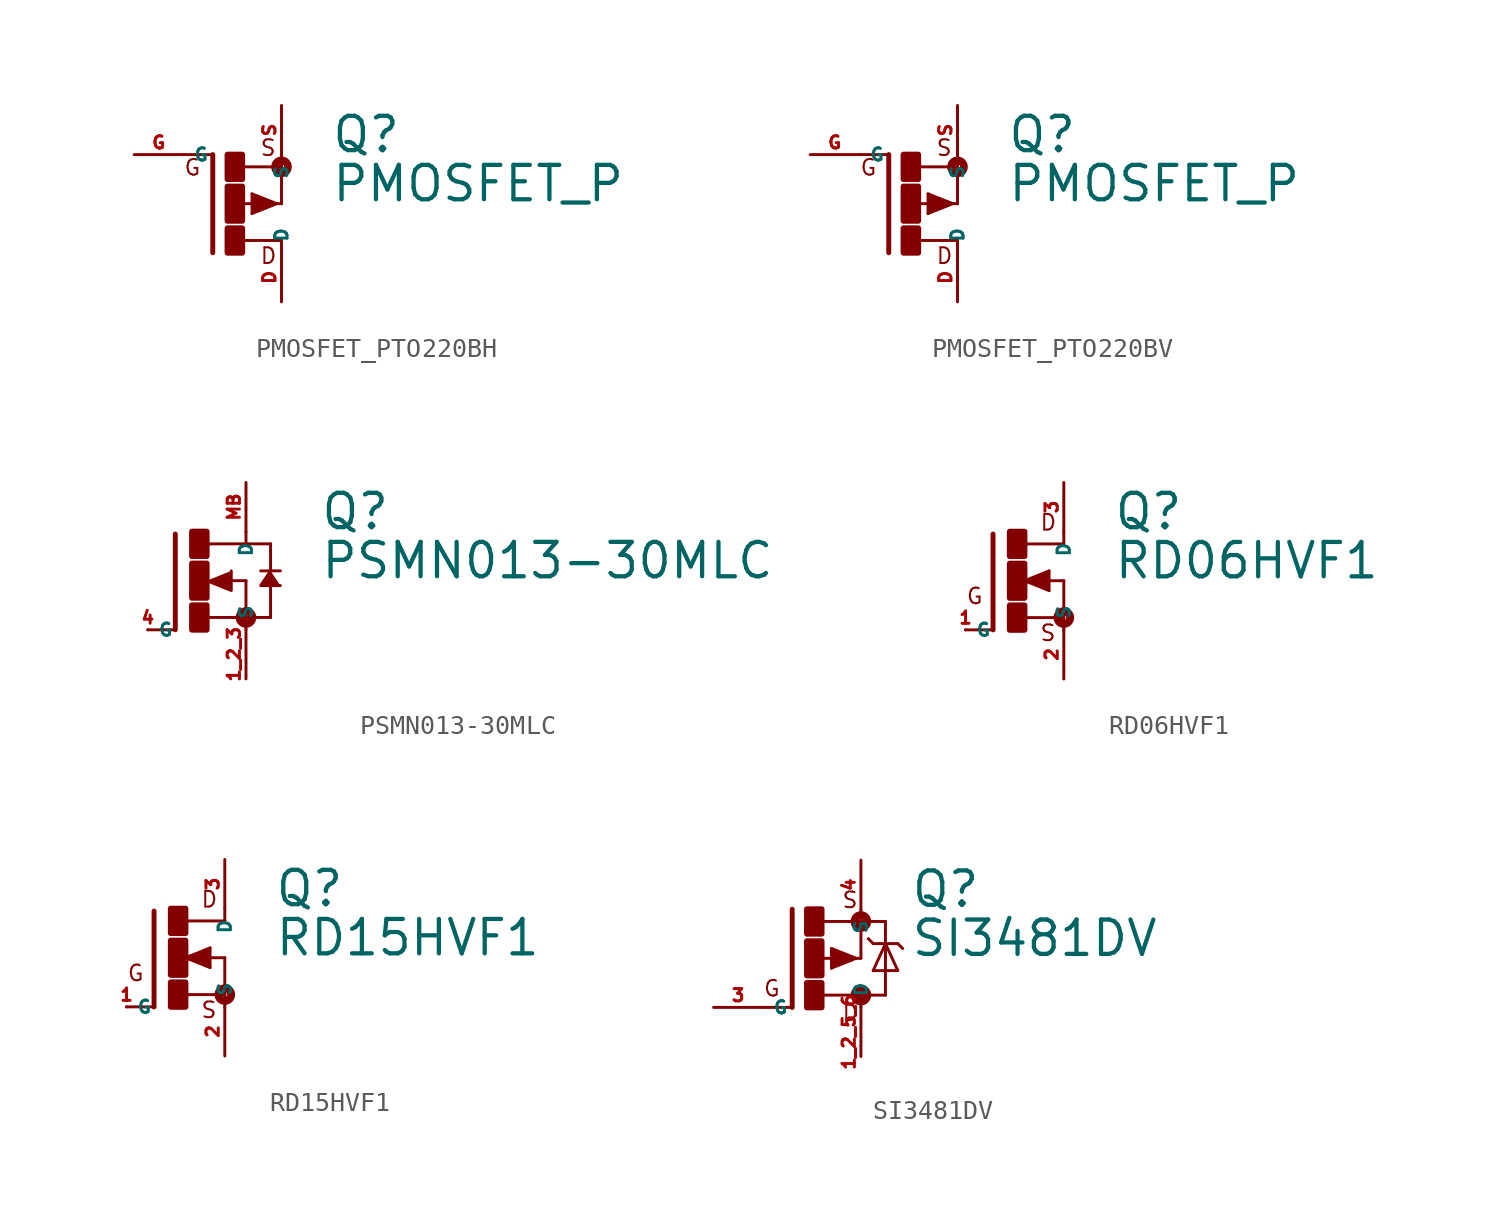
<source format=kicad_sym>
(kicad_symbol_lib
  (version 20220914)
  (generator Eagle2Kicad)
  (symbol "PMOSFET_PTO220BH"
    (property "Reference" "Q"
      (at 5.08 2.54 0)
      (effects (font (size 1.778 1.778) (thickness 0.22)) (justify left bottom)))
    (property "Value" "PMOSFET_P"
      (at 5.08 0 0)
      (effects (font (size 1.778 1.778) (thickness 0.22)) (justify left bottom)))
    (polyline
      (pts (xy -1.016 2.54) (xy -1.016 -2.54))
      (stroke (width 0.254) (type default))
      (fill (type none)))
    (polyline
      (pts (xy 2.54 -1.905) (xy 0.533 -1.905))
      (stroke (width 0.152) (type default))
      (fill (type none)))
    (polyline
      (pts (xy 2.54 -2.54) (xy 2.54 -1.905))
      (stroke (width 0.152) (type default))
      (fill (type none)))
    (polyline
      (pts (xy 2.235 0) (xy 2.286 0))
      (stroke (width 0.152) (type default))
      (fill (type none)))
    (polyline
      (pts (xy 2.286 0) (xy 2.54 0))
      (stroke (width 0.152) (type default))
      (fill (type none)))
    (polyline
      (pts (xy 2.54 2.54) (xy 2.54 1.905))
      (stroke (width 0.152) (type default))
      (fill (type none)))
    (polyline
      (pts (xy 2.54 1.905) (xy 0.508 1.905))
      (stroke (width 0.152) (type default))
      (fill (type none)))
    (polyline
      (pts (xy -1.016 2.54) (xy -2.54 2.54))
      (stroke (width 0.152) (type default))
      (fill (type none)))
    (polyline
      (pts (xy 2.286 0) (xy 1.016 -0.508))
      (stroke (width 0.152) (type default))
      (fill (type none)))
    (polyline
      (pts (xy 1.016 -0.508) (xy 1.016 0.508))
      (stroke (width 0.152) (type default))
      (fill (type none)))
    (polyline
      (pts (xy 1.016 0.508) (xy 2.286 0))
      (stroke (width 0.152) (type default))
      (fill (type none)))
    (polyline
      (pts (xy 1.143 0) (xy 0.254 0))
      (stroke (width 0.152) (type default))
      (fill (type none)))
    (polyline
      (pts (xy 1.143 0.254) (xy 2.032 0))
      (stroke (width 0.305) (type default))
      (fill (type none)))
    (polyline
      (pts (xy 2.032 0) (xy 1.143 -0.254))
      (stroke (width 0.305) (type default))
      (fill (type none)))
    (polyline
      (pts (xy 1.143 -0.254) (xy 1.143 0))
      (stroke (width 0.305) (type default))
      (fill (type none)))
    (polyline
      (pts (xy 1.143 0) (xy 1.397 0))
      (stroke (width 0.305) (type default))
      (fill (type none)))
    (polyline
      (pts (xy 2.54 0) (xy 2.54 1.905))
      (stroke (width 0.152) (type default))
      (fill (type none)))
    (text "D"
      (at 1.397 -3.175 0)
      (effects (font (size 0.813 0.813) (thickness 0.10)) (justify left bottom)))
    (text "S"
      (at 1.397 2.413 0)
      (effects (font (size 0.813 0.813) (thickness 0.10)) (justify left bottom)))
    (text "G"
      (at -2.54 1.397 0)
      (effects (font (size 0.813 0.813) (thickness 0.10)) (justify left bottom)))
    (circle
      (center 2.54 1.905)
      (radius 0.127)
      (stroke (width 0.406) (type default))
      (fill (type none)))
    (rectangle
      (start -0.254 1.27)
      (end 0.508 2.54)
      (stroke (width 0.3) (type default))
      (fill (type outline)))
    (rectangle
      (start -0.254 -2.54)
      (end 0.508 -1.27)
      (stroke (width 0.3) (type default))
      (fill (type outline)))
    (rectangle
      (start -0.254 -0.889)
      (end 0.508 0.889)
      (stroke (width 0.3) (type default))
      (fill (type outline)))
    (pin passive line
      (at -5.08 2.54 0)
      (length 2.54)
      (name "G" (effects (font (size 0.635 0.635) (thickness 0.08)) (justify left bottom)))
      (number "G" (effects (font (size 0.635 0.635) (thickness 0.08)) (justify left bottom))))
    (pin passive line
      (at 2.54 -5.08 90)
      (length 2.54)
      (name "D" (effects (font (size 0.635 0.635) (thickness 0.08)) (justify left bottom)))
      (number "D" (effects (font (size 0.635 0.635) (thickness 0.08)) (justify left bottom))))
    (pin passive line
      (at 2.54 5.08 270)
      (length 2.54)
      (name "S" (effects (font (size 0.635 0.635) (thickness 0.08)) (justify left bottom)))
      (number "S" (effects (font (size 0.635 0.635) (thickness 0.08)) (justify left bottom)))))
  (symbol "PMOSFET_PTO220BV"
    (property "Reference" "Q"
      (at 5.08 2.54 0)
      (effects (font (size 1.778 1.778) (thickness 0.22)) (justify left bottom)))
    (property "Value" "PMOSFET_P"
      (at 5.08 0 0)
      (effects (font (size 1.778 1.778) (thickness 0.22)) (justify left bottom)))
    (polyline
      (pts (xy -1.016 2.54) (xy -1.016 -2.54))
      (stroke (width 0.254) (type default))
      (fill (type none)))
    (polyline
      (pts (xy 2.54 -1.905) (xy 0.533 -1.905))
      (stroke (width 0.152) (type default))
      (fill (type none)))
    (polyline
      (pts (xy 2.54 -2.54) (xy 2.54 -1.905))
      (stroke (width 0.152) (type default))
      (fill (type none)))
    (polyline
      (pts (xy 2.235 0) (xy 2.286 0))
      (stroke (width 0.152) (type default))
      (fill (type none)))
    (polyline
      (pts (xy 2.286 0) (xy 2.54 0))
      (stroke (width 0.152) (type default))
      (fill (type none)))
    (polyline
      (pts (xy 2.54 2.54) (xy 2.54 1.905))
      (stroke (width 0.152) (type default))
      (fill (type none)))
    (polyline
      (pts (xy 2.54 1.905) (xy 0.508 1.905))
      (stroke (width 0.152) (type default))
      (fill (type none)))
    (polyline
      (pts (xy -1.016 2.54) (xy -2.54 2.54))
      (stroke (width 0.152) (type default))
      (fill (type none)))
    (polyline
      (pts (xy 2.286 0) (xy 1.016 -0.508))
      (stroke (width 0.152) (type default))
      (fill (type none)))
    (polyline
      (pts (xy 1.016 -0.508) (xy 1.016 0.508))
      (stroke (width 0.152) (type default))
      (fill (type none)))
    (polyline
      (pts (xy 1.016 0.508) (xy 2.286 0))
      (stroke (width 0.152) (type default))
      (fill (type none)))
    (polyline
      (pts (xy 1.143 0) (xy 0.254 0))
      (stroke (width 0.152) (type default))
      (fill (type none)))
    (polyline
      (pts (xy 1.143 0.254) (xy 2.032 0))
      (stroke (width 0.305) (type default))
      (fill (type none)))
    (polyline
      (pts (xy 2.032 0) (xy 1.143 -0.254))
      (stroke (width 0.305) (type default))
      (fill (type none)))
    (polyline
      (pts (xy 1.143 -0.254) (xy 1.143 0))
      (stroke (width 0.305) (type default))
      (fill (type none)))
    (polyline
      (pts (xy 1.143 0) (xy 1.397 0))
      (stroke (width 0.305) (type default))
      (fill (type none)))
    (polyline
      (pts (xy 2.54 0) (xy 2.54 1.905))
      (stroke (width 0.152) (type default))
      (fill (type none)))
    (text "D"
      (at 1.397 -3.175 0)
      (effects (font (size 0.813 0.813) (thickness 0.10)) (justify left bottom)))
    (text "S"
      (at 1.397 2.413 0)
      (effects (font (size 0.813 0.813) (thickness 0.10)) (justify left bottom)))
    (text "G"
      (at -2.54 1.397 0)
      (effects (font (size 0.813 0.813) (thickness 0.10)) (justify left bottom)))
    (circle
      (center 2.54 1.905)
      (radius 0.127)
      (stroke (width 0.406) (type default))
      (fill (type none)))
    (rectangle
      (start -0.254 1.27)
      (end 0.508 2.54)
      (stroke (width 0.3) (type default))
      (fill (type outline)))
    (rectangle
      (start -0.254 -2.54)
      (end 0.508 -1.27)
      (stroke (width 0.3) (type default))
      (fill (type outline)))
    (rectangle
      (start -0.254 -0.889)
      (end 0.508 0.889)
      (stroke (width 0.3) (type default))
      (fill (type outline)))
    (pin passive line
      (at -5.08 2.54 0)
      (length 2.54)
      (name "G" (effects (font (size 0.635 0.635) (thickness 0.08)) (justify left bottom)))
      (number "G" (effects (font (size 0.635 0.635) (thickness 0.08)) (justify left bottom))))
    (pin passive line
      (at 2.54 -5.08 90)
      (length 2.54)
      (name "D" (effects (font (size 0.635 0.635) (thickness 0.08)) (justify left bottom)))
      (number "D" (effects (font (size 0.635 0.635) (thickness 0.08)) (justify left bottom))))
    (pin passive line
      (at 2.54 5.08 270)
      (length 2.54)
      (name "S" (effects (font (size 0.635 0.635) (thickness 0.08)) (justify left bottom)))
      (number "S" (effects (font (size 0.635 0.635) (thickness 0.08)) (justify left bottom)))))
  (symbol "PSMN013-30MLC"
    (property "Reference" "Q"
      (at 6.35 2.54 0)
      (effects (font (size 1.778 1.778) (thickness 0.22)) (justify left bottom)))
    (property "Value" "PSMN013-30MLC"
      (at 6.35 0 0)
      (effects (font (size 1.778 1.778) (thickness 0.22)) (justify left bottom)))
    (polyline
      (pts (xy 0.508 0) (xy 1.778 -0.508) (xy 1.778 0.508))
      (stroke (width 0.152) (type default))
      (fill (type outline)))
    (polyline
      (pts (xy 3.81 0.508) (xy 3.302 -0.254) (xy 4.318 -0.254))
      (stroke (width 0.152) (type default))
      (fill (type outline)))
    (polyline
      (pts (xy -1.118 2.413) (xy -1.118 -2.54))
      (stroke (width 0.254) (type default))
      (fill (type none)))
    (polyline
      (pts (xy -1.118 -2.54) (xy -2.54 -2.54))
      (stroke (width 0.152) (type default))
      (fill (type none)))
    (polyline
      (pts (xy 2.54 2.54) (xy 2.54 1.905))
      (stroke (width 0.152) (type default))
      (fill (type none)))
    (polyline
      (pts (xy 2.54 0) (xy 2.54 -1.905))
      (stroke (width 0.152) (type default))
      (fill (type none)))
    (polyline
      (pts (xy 0.508 -1.905) (xy 2.54 -1.905))
      (stroke (width 0.152) (type default))
      (fill (type none)))
    (polyline
      (pts (xy 2.54 -1.905) (xy 2.54 -2.54))
      (stroke (width 0.152) (type default))
      (fill (type none)))
    (polyline
      (pts (xy 1.651 0) (xy 2.54 0))
      (stroke (width 0.152) (type default))
      (fill (type none)))
    (polyline
      (pts (xy 3.302 0.508) (xy 3.81 0.508))
      (stroke (width 0.152) (type default))
      (fill (type none)))
    (polyline
      (pts (xy 3.81 0.508) (xy 4.318 0.508))
      (stroke (width 0.152) (type default))
      (fill (type none)))
    (polyline
      (pts (xy 3.81 1.905) (xy 2.54 1.905))
      (stroke (width 0.152) (type default))
      (fill (type none)))
    (polyline
      (pts (xy 2.54 1.905) (xy 0.533 1.905))
      (stroke (width 0.152) (type default))
      (fill (type none)))
    (polyline
      (pts (xy 3.81 0.508) (xy 3.81 1.905))
      (stroke (width 0.152) (type default))
      (fill (type none)))
    (polyline
      (pts (xy 3.81 -1.905) (xy 3.81 -0.127))
      (stroke (width 0.152) (type default))
      (fill (type none)))
    (polyline
      (pts (xy 3.81 -1.905) (xy 2.54 -1.905))
      (stroke (width 0.152) (type default))
      (fill (type none)))
    (circle
      (center 2.54 -1.905)
      (radius 0.127)
      (stroke (width 0.406) (type default))
      (fill (type none)))
    (rectangle
      (start -0.254 -2.54)
      (end 0.508 -1.27)
      (stroke (width 0.3) (type default))
      (fill (type outline)))
    (rectangle
      (start -0.254 1.27)
      (end 0.508 2.54)
      (stroke (width 0.3) (type default))
      (fill (type outline)))
    (rectangle
      (start -0.254 -0.889)
      (end 0.508 0.889)
      (stroke (width 0.3) (type default))
      (fill (type outline)))
    (pin passive line
      (at -2.54 -2.54 0)
      (length 0)
      (name "G" (effects (font (size 0.635 0.635) (thickness 0.08)) (justify left bottom)))
      (number "4" (effects (font (size 0.635 0.635) (thickness 0.08)) (justify left bottom))))
    (pin passive line
      (at 2.54 5.08 270)
      (length 2.54)
      (name "D" (effects (font (size 0.635 0.635) (thickness 0.08)) (justify left bottom)))
      (number "MB" (effects (font (size 0.635 0.635) (thickness 0.08)) (justify left bottom))))
    (pin passive line
      (at 2.54 -5.08 90)
      (length 2.54)
      (name "S" (effects (font (size 0.635 0.635) (thickness 0.08)) (justify left bottom)))
      (number "1 2 3" (effects (font (size 0.635 0.635) (thickness 0.08)) (justify left bottom)))))
  (symbol "RD06HVF1"
    (property "Reference" "Q"
      (at 5.08 2.54 0)
      (effects (font (size 1.778 1.778) (thickness 0.22)) (justify left bottom)))
    (property "Value" "RD06HVF1"
      (at 5.08 0 0)
      (effects (font (size 1.778 1.778) (thickness 0.22)) (justify left bottom)))
    (polyline
      (pts (xy -1.118 2.413) (xy -1.118 -2.54))
      (stroke (width 0.254) (type default))
      (fill (type none)))
    (polyline
      (pts (xy -1.118 -2.54) (xy -2.54 -2.54))
      (stroke (width 0.152) (type default))
      (fill (type none)))
    (polyline
      (pts (xy 2.54 1.905) (xy 0.533 1.905))
      (stroke (width 0.152) (type default))
      (fill (type none)))
    (polyline
      (pts (xy 2.54 2.54) (xy 2.54 1.905))
      (stroke (width 0.152) (type default))
      (fill (type none)))
    (polyline
      (pts (xy 2.54 0) (xy 2.54 -1.905))
      (stroke (width 0.152) (type default))
      (fill (type none)))
    (polyline
      (pts (xy 0.508 -1.905) (xy 2.54 -1.905))
      (stroke (width 0.152) (type default))
      (fill (type none)))
    (polyline
      (pts (xy 2.54 -1.905) (xy 2.54 -2.54))
      (stroke (width 0.152) (type default))
      (fill (type none)))
    (polyline
      (pts (xy 0.508 0) (xy 1.778 -0.508))
      (stroke (width 0.152) (type default))
      (fill (type none)))
    (polyline
      (pts (xy 1.778 -0.508) (xy 1.778 0.508))
      (stroke (width 0.152) (type default))
      (fill (type none)))
    (polyline
      (pts (xy 1.778 0.508) (xy 0.508 0))
      (stroke (width 0.152) (type default))
      (fill (type none)))
    (polyline
      (pts (xy 1.651 0) (xy 2.54 0))
      (stroke (width 0.152) (type default))
      (fill (type none)))
    (polyline
      (pts (xy 1.651 0.254) (xy 0.762 0))
      (stroke (width 0.305) (type default))
      (fill (type none)))
    (polyline
      (pts (xy 0.762 0) (xy 1.651 -0.254))
      (stroke (width 0.305) (type default))
      (fill (type none)))
    (polyline
      (pts (xy 1.651 -0.254) (xy 1.651 0))
      (stroke (width 0.305) (type default))
      (fill (type none)))
    (polyline
      (pts (xy 1.651 0) (xy 1.397 0))
      (stroke (width 0.305) (type default))
      (fill (type none)))
    (text "D"
      (at 1.27 2.54 0)
      (effects (font (size 0.813 0.813) (thickness 0.10)) (justify left bottom)))
    (text "S"
      (at 1.27 -3.175 0)
      (effects (font (size 0.813 0.813) (thickness 0.10)) (justify left bottom)))
    (text "G"
      (at -2.54 -1.27 0)
      (effects (font (size 0.813 0.813) (thickness 0.10)) (justify left bottom)))
    (circle
      (center 2.54 -1.905)
      (radius 0.127)
      (stroke (width 0.406) (type default))
      (fill (type none)))
    (rectangle
      (start -0.254 -2.54)
      (end 0.508 -1.27)
      (stroke (width 0.3) (type default))
      (fill (type outline)))
    (rectangle
      (start -0.254 1.27)
      (end 0.508 2.54)
      (stroke (width 0.3) (type default))
      (fill (type outline)))
    (rectangle
      (start -0.254 -0.889)
      (end 0.508 0.889)
      (stroke (width 0.3) (type default))
      (fill (type outline)))
    (pin passive line
      (at -2.54 -2.54 0)
      (length 0)
      (name "G" (effects (font (size 0.635 0.635) (thickness 0.08)) (justify left bottom)))
      (number "1" (effects (font (size 0.635 0.635) (thickness 0.08)) (justify left bottom))))
    (pin passive line
      (at 2.54 5.08 270)
      (length 2.54)
      (name "D" (effects (font (size 0.635 0.635) (thickness 0.08)) (justify left bottom)))
      (number "3" (effects (font (size 0.635 0.635) (thickness 0.08)) (justify left bottom))))
    (pin passive line
      (at 2.54 -5.08 90)
      (length 2.54)
      (name "S" (effects (font (size 0.635 0.635) (thickness 0.08)) (justify left bottom)))
      (number "2" (effects (font (size 0.635 0.635) (thickness 0.08)) (justify left bottom)))))
  (symbol "RD15HVF1"
    (property "Reference" "Q"
      (at 5.08 2.54 0)
      (effects (font (size 1.778 1.778) (thickness 0.22)) (justify left bottom)))
    (property "Value" "RD15HVF1"
      (at 5.08 0 0)
      (effects (font (size 1.778 1.778) (thickness 0.22)) (justify left bottom)))
    (polyline
      (pts (xy -1.118 2.413) (xy -1.118 -2.54))
      (stroke (width 0.254) (type default))
      (fill (type none)))
    (polyline
      (pts (xy -1.118 -2.54) (xy -2.54 -2.54))
      (stroke (width 0.152) (type default))
      (fill (type none)))
    (polyline
      (pts (xy 2.54 1.905) (xy 0.533 1.905))
      (stroke (width 0.152) (type default))
      (fill (type none)))
    (polyline
      (pts (xy 2.54 2.54) (xy 2.54 1.905))
      (stroke (width 0.152) (type default))
      (fill (type none)))
    (polyline
      (pts (xy 2.54 0) (xy 2.54 -1.905))
      (stroke (width 0.152) (type default))
      (fill (type none)))
    (polyline
      (pts (xy 0.508 -1.905) (xy 2.54 -1.905))
      (stroke (width 0.152) (type default))
      (fill (type none)))
    (polyline
      (pts (xy 2.54 -1.905) (xy 2.54 -2.54))
      (stroke (width 0.152) (type default))
      (fill (type none)))
    (polyline
      (pts (xy 0.508 0) (xy 1.778 -0.508))
      (stroke (width 0.152) (type default))
      (fill (type none)))
    (polyline
      (pts (xy 1.778 -0.508) (xy 1.778 0.508))
      (stroke (width 0.152) (type default))
      (fill (type none)))
    (polyline
      (pts (xy 1.778 0.508) (xy 0.508 0))
      (stroke (width 0.152) (type default))
      (fill (type none)))
    (polyline
      (pts (xy 1.651 0) (xy 2.54 0))
      (stroke (width 0.152) (type default))
      (fill (type none)))
    (polyline
      (pts (xy 1.651 0.254) (xy 0.762 0))
      (stroke (width 0.305) (type default))
      (fill (type none)))
    (polyline
      (pts (xy 0.762 0) (xy 1.651 -0.254))
      (stroke (width 0.305) (type default))
      (fill (type none)))
    (polyline
      (pts (xy 1.651 -0.254) (xy 1.651 0))
      (stroke (width 0.305) (type default))
      (fill (type none)))
    (polyline
      (pts (xy 1.651 0) (xy 1.397 0))
      (stroke (width 0.305) (type default))
      (fill (type none)))
    (text "D"
      (at 1.27 2.54 0)
      (effects (font (size 0.813 0.813) (thickness 0.10)) (justify left bottom)))
    (text "S"
      (at 1.27 -3.175 0)
      (effects (font (size 0.813 0.813) (thickness 0.10)) (justify left bottom)))
    (text "G"
      (at -2.54 -1.27 0)
      (effects (font (size 0.813 0.813) (thickness 0.10)) (justify left bottom)))
    (circle
      (center 2.54 -1.905)
      (radius 0.127)
      (stroke (width 0.406) (type default))
      (fill (type none)))
    (rectangle
      (start -0.254 -2.54)
      (end 0.508 -1.27)
      (stroke (width 0.3) (type default))
      (fill (type outline)))
    (rectangle
      (start -0.254 1.27)
      (end 0.508 2.54)
      (stroke (width 0.3) (type default))
      (fill (type outline)))
    (rectangle
      (start -0.254 -0.889)
      (end 0.508 0.889)
      (stroke (width 0.3) (type default))
      (fill (type outline)))
    (pin passive line
      (at -2.54 -2.54 0)
      (length 0)
      (name "G" (effects (font (size 0.635 0.635) (thickness 0.08)) (justify left bottom)))
      (number "1" (effects (font (size 0.635 0.635) (thickness 0.08)) (justify left bottom))))
    (pin passive line
      (at 2.54 5.08 270)
      (length 2.54)
      (name "D" (effects (font (size 0.635 0.635) (thickness 0.08)) (justify left bottom)))
      (number "3" (effects (font (size 0.635 0.635) (thickness 0.08)) (justify left bottom))))
    (pin passive line
      (at 2.54 -5.08 90)
      (length 2.54)
      (name "S" (effects (font (size 0.635 0.635) (thickness 0.08)) (justify left bottom)))
      (number "2" (effects (font (size 0.635 0.635) (thickness 0.08)) (justify left bottom)))))
  (symbol "SI3481DV"
    (property "Reference" "Q"
      (at 5.08 2.54 0)
      (effects (font (size 1.778 1.778) (thickness 0.22)) (justify left bottom)))
    (property "Value" "SI3481DV"
      (at 5.08 0 0)
      (effects (font (size 1.778 1.778) (thickness 0.22)) (justify left bottom)))
    (polyline
      (pts (xy 3.81 1.905) (xy 2.54 1.905))
      (stroke (width 0.152) (type default))
      (fill (type none)))
    (polyline
      (pts (xy 3.81 1.905) (xy 3.81 0.762))
      (stroke (width 0.152) (type default))
      (fill (type none)))
    (polyline
      (pts (xy 3.81 0.762) (xy 3.81 -1.905))
      (stroke (width 0.152) (type default))
      (fill (type none)))
    (polyline
      (pts (xy 3.81 0.762) (xy 4.445 -0.635))
      (stroke (width 0.152) (type default))
      (fill (type none)))
    (polyline
      (pts (xy 4.445 -0.635) (xy 3.175 -0.635))
      (stroke (width 0.152) (type default))
      (fill (type none)))
    (polyline
      (pts (xy 3.175 -0.635) (xy 3.81 0.762))
      (stroke (width 0.152) (type default))
      (fill (type none)))
    (polyline
      (pts (xy 4.445 0.762) (xy 3.81 0.762))
      (stroke (width 0.152) (type default))
      (fill (type none)))
    (polyline
      (pts (xy 3.81 0.762) (xy 3.175 0.762))
      (stroke (width 0.152) (type default))
      (fill (type none)))
    (polyline
      (pts (xy 3.175 0.762) (xy 2.921 1.016))
      (stroke (width 0.152) (type default))
      (fill (type none)))
    (polyline
      (pts (xy 4.445 0.762) (xy 4.699 0.508))
      (stroke (width 0.152) (type default))
      (fill (type none)))
    (polyline
      (pts (xy -1.016 -2.54) (xy -1.016 2.54))
      (stroke (width 0.254) (type default))
      (fill (type none)))
    (polyline
      (pts (xy 3.81 -1.905) (xy 2.54 -1.905))
      (stroke (width 0.152) (type default))
      (fill (type none)))
    (polyline
      (pts (xy 2.54 -1.905) (xy 0.533 -1.905))
      (stroke (width 0.152) (type default))
      (fill (type none)))
    (polyline
      (pts (xy 2.54 -2.54) (xy 2.54 -1.905))
      (stroke (width 0.152) (type default))
      (fill (type none)))
    (polyline
      (pts (xy 2.235 0) (xy 2.286 0))
      (stroke (width 0.152) (type default))
      (fill (type none)))
    (polyline
      (pts (xy 2.286 0) (xy 2.54 0))
      (stroke (width 0.152) (type default))
      (fill (type none)))
    (polyline
      (pts (xy 2.54 2.54) (xy 2.54 1.905))
      (stroke (width 0.152) (type default))
      (fill (type none)))
    (polyline
      (pts (xy 2.54 1.905) (xy 0.508 1.905))
      (stroke (width 0.152) (type default))
      (fill (type none)))
    (polyline
      (pts (xy -1.016 -2.54) (xy -2.54 -2.54))
      (stroke (width 0.152) (type default))
      (fill (type none)))
    (polyline
      (pts (xy 2.286 0) (xy 1.016 -0.508))
      (stroke (width 0.152) (type default))
      (fill (type none)))
    (polyline
      (pts (xy 1.016 -0.508) (xy 1.016 0.508))
      (stroke (width 0.152) (type default))
      (fill (type none)))
    (polyline
      (pts (xy 1.016 0.508) (xy 2.286 0))
      (stroke (width 0.152) (type default))
      (fill (type none)))
    (polyline
      (pts (xy 1.143 0) (xy 0.254 0))
      (stroke (width 0.152) (type default))
      (fill (type none)))
    (polyline
      (pts (xy 1.143 0.254) (xy 2.032 0))
      (stroke (width 0.305) (type default))
      (fill (type none)))
    (polyline
      (pts (xy 2.032 0) (xy 1.143 -0.254))
      (stroke (width 0.305) (type default))
      (fill (type none)))
    (polyline
      (pts (xy 1.143 -0.254) (xy 1.143 0))
      (stroke (width 0.305) (type default))
      (fill (type none)))
    (polyline
      (pts (xy 1.143 0) (xy 1.397 0))
      (stroke (width 0.305) (type default))
      (fill (type none)))
    (polyline
      (pts (xy 2.54 0) (xy 2.54 1.905))
      (stroke (width 0.152) (type default))
      (fill (type none)))
    (text "D"
      (at 1.524 -3.302 0)
      (effects (font (size 0.813 0.813) (thickness 0.10)) (justify left bottom)))
    (text "S"
      (at 1.524 2.54 0)
      (effects (font (size 0.813 0.813) (thickness 0.10)) (justify left bottom)))
    (text "G"
      (at -2.54 -2.032 0)
      (effects (font (size 0.813 0.813) (thickness 0.10)) (justify left bottom)))
    (circle
      (center 2.54 -1.905)
      (radius 0.127)
      (stroke (width 0.406) (type default))
      (fill (type none)))
    (circle
      (center 2.54 1.905)
      (radius 0.127)
      (stroke (width 0.406) (type default))
      (fill (type none)))
    (rectangle
      (start -0.254 1.27)
      (end 0.508 2.54)
      (stroke (width 0.3) (type default))
      (fill (type outline)))
    (rectangle
      (start -0.254 -2.54)
      (end 0.508 -1.27)
      (stroke (width 0.3) (type default))
      (fill (type outline)))
    (rectangle
      (start -0.254 -0.889)
      (end 0.508 0.889)
      (stroke (width 0.3) (type default))
      (fill (type outline)))
    (pin passive line
      (at -5.08 -2.54 0)
      (length 2.54)
      (name "G" (effects (font (size 0.635 0.635) (thickness 0.08)) (justify left bottom)))
      (number "3" (effects (font (size 0.635 0.635) (thickness 0.08)) (justify left bottom))))
    (pin passive line
      (at 2.54 -5.08 90)
      (length 2.54)
      (name "D" (effects (font (size 0.635 0.635) (thickness 0.08)) (justify left bottom)))
      (number "1 2 5 6" (effects (font (size 0.635 0.635) (thickness 0.08)) (justify left bottom))))
    (pin passive line
      (at 2.54 5.08 270)
      (length 2.54)
      (name "S" (effects (font (size 0.635 0.635) (thickness 0.08)) (justify left bottom)))
      (number "4" (effects (font (size 0.635 0.635) (thickness 0.08)) (justify left bottom))))))
</source>
